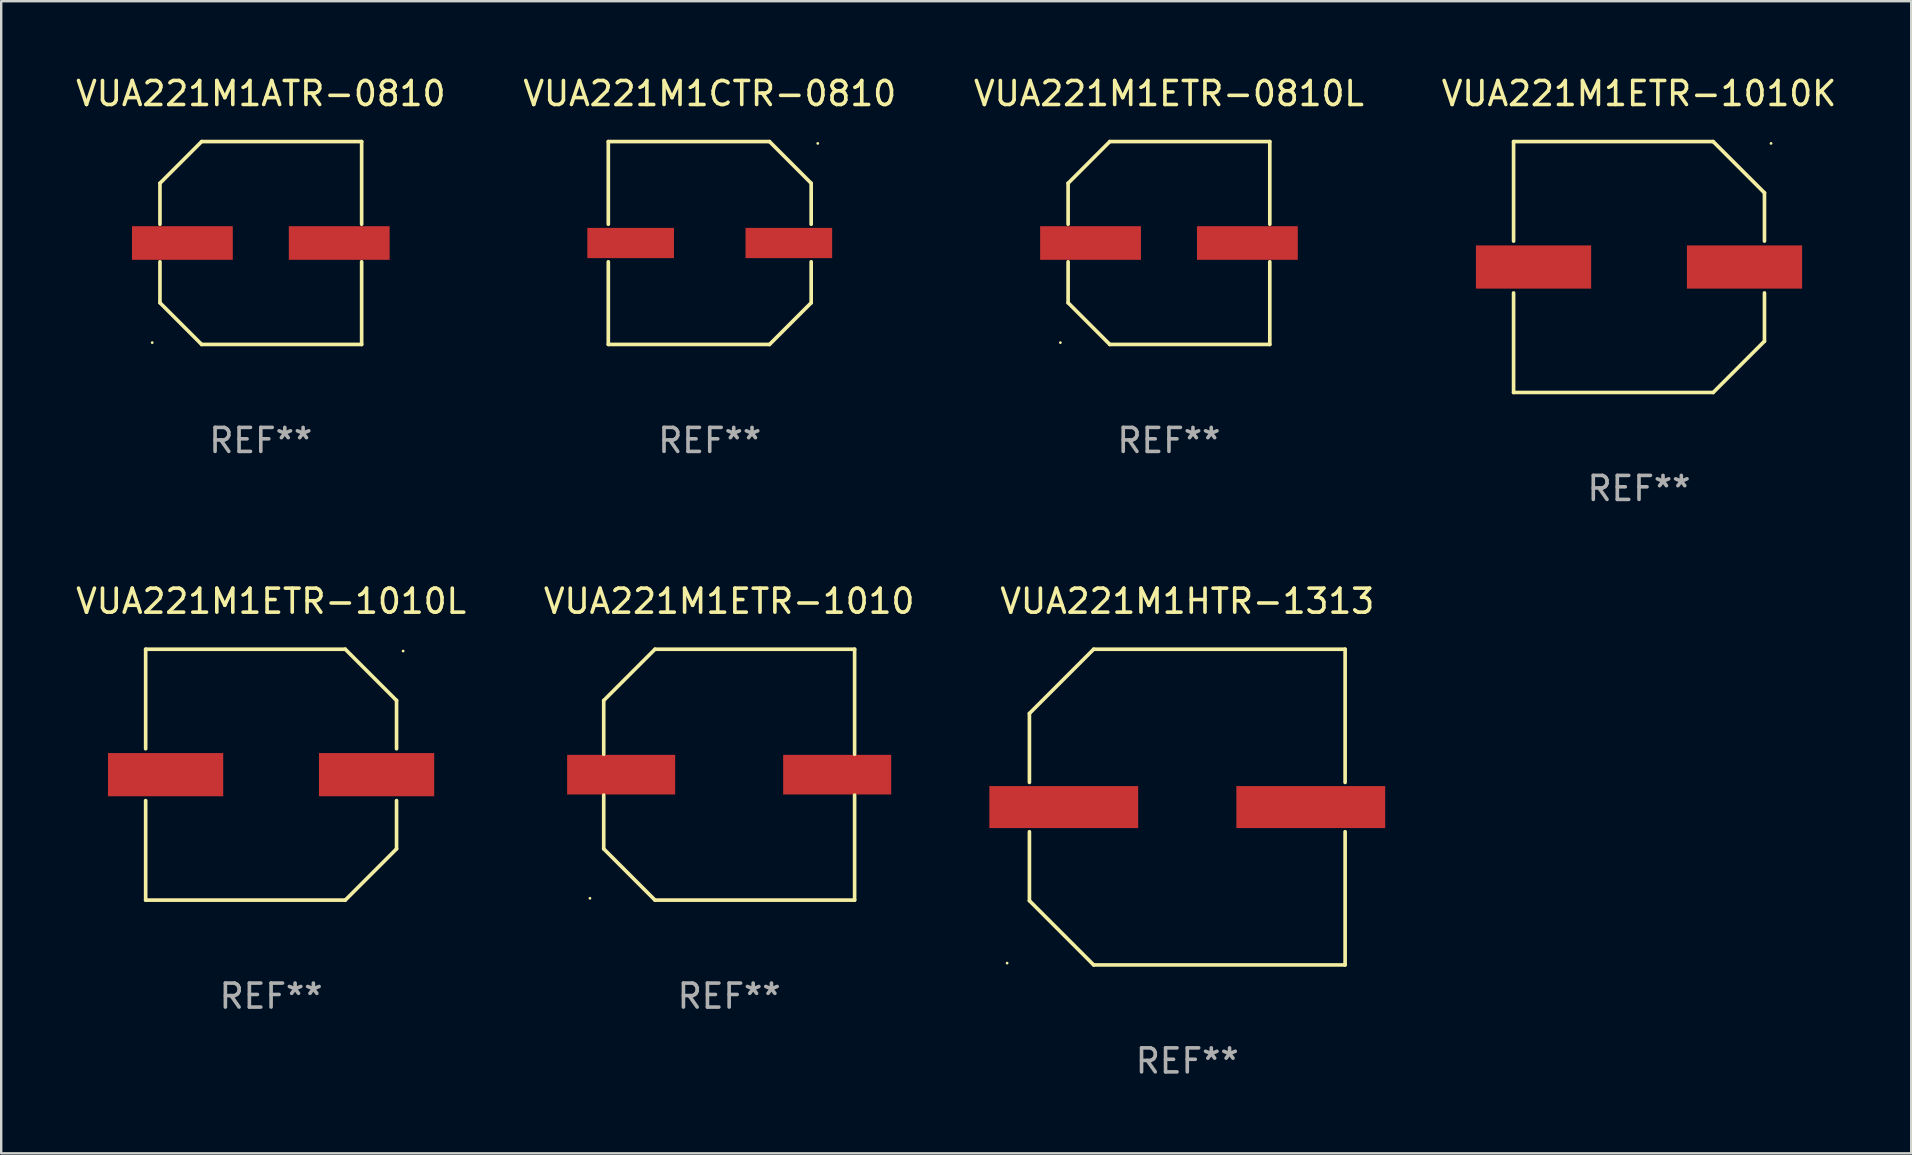
<source format=kicad_pcb>
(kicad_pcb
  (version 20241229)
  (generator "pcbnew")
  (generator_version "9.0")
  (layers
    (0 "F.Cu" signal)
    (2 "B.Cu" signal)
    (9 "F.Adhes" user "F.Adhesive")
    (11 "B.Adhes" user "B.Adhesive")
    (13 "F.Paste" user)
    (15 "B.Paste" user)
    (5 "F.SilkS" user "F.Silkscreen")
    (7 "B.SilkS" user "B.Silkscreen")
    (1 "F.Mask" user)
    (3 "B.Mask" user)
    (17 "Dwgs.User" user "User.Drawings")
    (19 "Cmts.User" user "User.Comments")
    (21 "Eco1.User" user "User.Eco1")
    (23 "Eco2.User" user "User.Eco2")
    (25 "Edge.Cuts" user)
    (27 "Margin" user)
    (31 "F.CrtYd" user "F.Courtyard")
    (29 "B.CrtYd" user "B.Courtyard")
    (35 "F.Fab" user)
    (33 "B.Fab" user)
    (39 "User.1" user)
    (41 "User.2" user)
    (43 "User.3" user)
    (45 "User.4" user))
  (footprint "VUA221M1ETR-1010L"
    (layer "F.Cu")
    (at 8.244 29.223)
    (property "Reference" "VUA221M1ETR-1010L" (at 0 -7.226 0) (layer "F.SilkS") (effects (font (size 1 1) (thickness 0.15))))
    (attr through_hole)
    (fp_line (start -5.226 -5.226) (end -5.226 -1.08) (stroke (width 0.152) (type solid)) (layer "F.SilkS"))
    (fp_line (start -5.226 -5.226) (end 3.09 -5.226) (stroke (width 0.152) (type solid)) (layer "F.SilkS"))
    (fp_line (start -5.226 1.08) (end -5.226 5.226) (stroke (width 0.152) (type solid)) (layer "F.SilkS"))
    (fp_line (start -5.226 5.226) (end 3.09 5.226) (stroke (width 0.152) (type solid)) (layer "F.SilkS"))
    (fp_line (start 3.09 -5.226) (end 5.226 -3.09) (stroke (width 0.152) (type solid)) (layer "F.SilkS"))
    (fp_line (start 3.09 5.226) (end 5.226 3.09) (stroke (width 0.152) (type solid)) (layer "F.SilkS"))
    (fp_line (start 5.226 -1.08) (end 5.226 -3.09) (stroke (width 0.152) (type solid)) (layer "F.SilkS"))
    (fp_line (start 5.226 3.09) (end 5.226 1.08) (stroke (width 0.152) (type solid)) (layer "F.SilkS"))
    (fp_circle (center 5.5 -5.15) (end 5.53 -5.15) (stroke (width 0.06) (type solid)) (fill no) (layer "F.SilkS"))
    (fp_text user "REF**" (at 0 9.226 0) (layer "F.Fab") (effects (font (size 1 1) (thickness 0.15))))
    (pad "1" smd rect (at 4.395 0 180) (size 4.8 1.8) (layers "F.Cu" "F.Mask" "F.Paste"))
    (pad "2" smd rect (at -4.395 0 180) (size 4.8 1.8) (layers "F.Cu" "F.Mask" "F.Paste")))
  (footprint "VUA221M1ATR-0810"
    (layer "F.Cu")
    (at 7.815 7.074)
    (property "Reference" "VUA221M1ATR-0810" (at 0 -6.226 0) (layer "F.SilkS") (effects (font (size 1 1) (thickness 0.15))))
    (attr through_hole)
    (fp_line (start -4.201 -2.49) (end -4.201 -0.782) (stroke (width 0.152) (type solid)) (layer "F.SilkS"))
    (fp_line (start -4.201 2.49) (end -4.201 0.782) (stroke (width 0.152) (type solid)) (layer "F.SilkS"))
    (fp_line (start -2.465 -4.226) (end -4.201 -2.49) (stroke (width 0.152) (type solid)) (layer "F.SilkS"))
    (fp_line (start -2.465 4.226) (end -4.201 2.49) (stroke (width 0.152) (type solid)) (layer "F.SilkS"))
    (fp_line (start 4.201 -4.226) (end -2.465 -4.226) (stroke (width 0.152) (type solid)) (layer "F.SilkS"))
    (fp_line (start 4.201 -0.782) (end 4.201 -4.226) (stroke (width 0.152) (type solid)) (layer "F.SilkS"))
    (fp_line (start 4.201 0.782) (end 4.201 4.226) (stroke (width 0.152) (type solid)) (layer "F.SilkS"))
    (fp_line (start 4.201 4.226) (end -2.465 4.226) (stroke (width 0.152) (type solid)) (layer "F.SilkS"))
    (fp_circle (center -4.524 4.15) (end -4.494 4.15) (stroke (width 0.06) (type solid)) (fill no) (layer "F.SilkS"))
    (fp_text user "REF**" (at 0 8.226 0) (layer "F.Fab") (effects (font (size 1 1) (thickness 0.15))))
    (pad "1" smd rect (at -3.267 0) (size 4.2 1.4) (layers "F.Cu" "F.Mask" "F.Paste"))
    (pad "2" smd rect (at 3.267 0) (size 4.2 1.4) (layers "F.Cu" "F.Mask" "F.Paste")))
  (footprint "VUA221M1ETR-1010K"
    (layer "F.Cu")
    (at 65.232 8.074)
    (property "Reference" "VUA221M1ETR-1010K" (at 0 -7.226 0) (layer "F.SilkS") (effects (font (size 1 1) (thickness 0.15))))
    (attr through_hole)
    (fp_line (start -5.226 -5.226) (end -5.226 -1.08) (stroke (width 0.152) (type solid)) (layer "F.SilkS"))
    (fp_line (start -5.226 -5.226) (end 3.09 -5.226) (stroke (width 0.152) (type solid)) (layer "F.SilkS"))
    (fp_line (start -5.226 1.08) (end -5.226 5.226) (stroke (width 0.152) (type solid)) (layer "F.SilkS"))
    (fp_line (start -5.226 5.226) (end 3.09 5.226) (stroke (width 0.152) (type solid)) (layer "F.SilkS"))
    (fp_line (start 3.09 -5.226) (end 5.226 -3.09) (stroke (width 0.152) (type solid)) (layer "F.SilkS"))
    (fp_line (start 3.09 5.226) (end 5.226 3.09) (stroke (width 0.152) (type solid)) (layer "F.SilkS"))
    (fp_line (start 5.226 -1.08) (end 5.226 -3.09) (stroke (width 0.152) (type solid)) (layer "F.SilkS"))
    (fp_line (start 5.226 3.09) (end 5.226 1.08) (stroke (width 0.152) (type solid)) (layer "F.SilkS"))
    (fp_circle (center 5.5 -5.15) (end 5.53 -5.15) (stroke (width 0.06) (type solid)) (fill no) (layer "F.SilkS"))
    (fp_text user "REF**" (at 0 9.226 0) (layer "F.Fab") (effects (font (size 1 1) (thickness 0.15))))
    (pad "1" smd rect (at 4.395 0 180) (size 4.8 1.8) (layers "F.Cu" "F.Mask" "F.Paste"))
    (pad "2" smd rect (at -4.395 0 180) (size 4.8 1.8) (layers "F.Cu" "F.Mask" "F.Paste")))
  (footprint "VUA221M1CTR-0810"
    (layer "F.Cu")
    (at 26.518 7.074)
    (property "Reference" "VUA221M1CTR-0810" (at 0 -6.226 0) (layer "F.SilkS") (effects (font (size 1 1) (thickness 0.15))))
    (attr through_hole)
    (fp_line (start -4.226 -4.226) (end 2.49 -4.226) (stroke (width 0.152) (type solid)) (layer "F.SilkS"))
    (fp_line (start -4.226 -0.782) (end -4.226 -4.226) (stroke (width 0.152) (type solid)) (layer "F.SilkS"))
    (fp_line (start -4.226 0.782) (end -4.226 4.226) (stroke (width 0.152) (type solid)) (layer "F.SilkS"))
    (fp_line (start -4.226 4.226) (end 2.49 4.226) (stroke (width 0.152) (type solid)) (layer "F.SilkS"))
    (fp_line (start 2.49 -4.226) (end 4.226 -2.49) (stroke (width 0.152) (type solid)) (layer "F.SilkS"))
    (fp_line (start 2.49 4.226) (end 4.226 2.49) (stroke (width 0.152) (type solid)) (layer "F.SilkS"))
    (fp_line (start 4.226 -2.49) (end 4.226 -0.782) (stroke (width 0.152) (type solid)) (layer "F.SilkS"))
    (fp_line (start 4.226 2.49) (end 4.226 0.782) (stroke (width 0.152) (type solid)) (layer "F.SilkS"))
    (fp_circle (center 4.5 -4.15) (end 4.53 -4.15) (stroke (width 0.06) (type solid)) (fill no) (layer "F.SilkS"))
    (fp_text user "REF**" (at 0 8.226 0) (layer "F.Fab") (effects (font (size 1 1) (thickness 0.15))))
    (pad "1" smd rect (at 3.295 0 180) (size 3.61 1.26) (layers "F.Cu" "F.Mask" "F.Paste"))
    (pad "2" smd rect (at -3.295 0 180) (size 3.61 1.26) (layers "F.Cu" "F.Mask" "F.Paste")))
  (footprint "VUA221M1HTR-1313"
    (layer "F.Cu")
    (at 46.412 30.573)
    (property "Reference" "VUA221M1HTR-1313" (at 0 -8.576 0) (layer "F.SilkS") (effects (font (size 1 1) (thickness 0.15))))
    (attr through_hole)
    (fp_line (start -6.576 -3.9) (end -6.576 -1.027) (stroke (width 0.152) (type solid)) (layer "F.SilkS"))
    (fp_line (start -6.576 3.9) (end -6.576 1.027) (stroke (width 0.152) (type solid)) (layer "F.SilkS"))
    (fp_line (start -3.9 -6.576) (end -6.576 -3.9) (stroke (width 0.152) (type solid)) (layer "F.SilkS"))
    (fp_line (start -3.9 6.576) (end -6.576 3.9) (stroke (width 0.152) (type solid)) (layer "F.SilkS"))
    (fp_line (start 6.576 -6.576) (end -3.9 -6.576) (stroke (width 0.152) (type solid)) (layer "F.SilkS"))
    (fp_line (start 6.576 -1.027) (end 6.576 -6.576) (stroke (width 0.152) (type solid)) (layer "F.SilkS"))
    (fp_line (start 6.576 1.027) (end 6.576 6.576) (stroke (width 0.152) (type solid)) (layer "F.SilkS"))
    (fp_line (start 6.576 6.576) (end -3.9 6.576) (stroke (width 0.152) (type solid)) (layer "F.SilkS"))
    (fp_circle (center -7.506 6.5) (end -7.476 6.5) (stroke (width 0.06) (type solid)) (fill no) (layer "F.SilkS"))
    (fp_text user "REF**" (at 0 10.576 0) (layer "F.Fab") (effects (font (size 1 1) (thickness 0.15))))
    (pad "1" smd rect (at -5.145 0) (size 6.2 1.75) (layers "F.Cu" "F.Mask" "F.Paste"))
    (pad "2" smd rect (at 5.145 0) (size 6.2 1.75) (layers "F.Cu" "F.Mask" "F.Paste")))
  (footprint "VUA221M1ETR-0810L"
    (layer "F.Cu")
    (at 45.649 7.074)
    (property "Reference" "VUA221M1ETR-0810L" (at 0 -6.226 0) (layer "F.SilkS") (effects (font (size 1 1) (thickness 0.15))))
    (attr through_hole)
    (fp_line (start -4.201 -2.49) (end -4.201 -0.782) (stroke (width 0.152) (type solid)) (layer "F.SilkS"))
    (fp_line (start -4.201 2.49) (end -4.201 0.782) (stroke (width 0.152) (type solid)) (layer "F.SilkS"))
    (fp_line (start -2.465 -4.226) (end -4.201 -2.49) (stroke (width 0.152) (type solid)) (layer "F.SilkS"))
    (fp_line (start -2.465 4.226) (end -4.201 2.49) (stroke (width 0.152) (type solid)) (layer "F.SilkS"))
    (fp_line (start 4.201 -4.226) (end -2.465 -4.226) (stroke (width 0.152) (type solid)) (layer "F.SilkS"))
    (fp_line (start 4.201 -0.782) (end 4.201 -4.226) (stroke (width 0.152) (type solid)) (layer "F.SilkS"))
    (fp_line (start 4.201 0.782) (end 4.201 4.226) (stroke (width 0.152) (type solid)) (layer "F.SilkS"))
    (fp_line (start 4.201 4.226) (end -2.465 4.226) (stroke (width 0.152) (type solid)) (layer "F.SilkS"))
    (fp_circle (center -4.524 4.15) (end -4.494 4.15) (stroke (width 0.06) (type solid)) (fill no) (layer "F.SilkS"))
    (fp_text user "REF**" (at 0 8.226 0) (layer "F.Fab") (effects (font (size 1 1) (thickness 0.15))))
    (pad "1" smd rect (at -3.267 0) (size 4.2 1.4) (layers "F.Cu" "F.Mask" "F.Paste"))
    (pad "2" smd rect (at 3.267 0) (size 4.2 1.4) (layers "F.Cu" "F.Mask" "F.Paste")))
  (footprint "VUA221M1ETR-1010"
    (layer "F.Cu")
    (at 27.327 29.223)
    (property "Reference" "VUA221M1ETR-1010" (at 0 -7.226 0) (layer "F.SilkS") (effects (font (size 1 1) (thickness 0.15))))
    (attr through_hole)
    (fp_line (start -5.226 -3.09) (end -5.226 -0.852) (stroke (width 0.152) (type solid)) (layer "F.SilkS"))
    (fp_line (start -5.226 3.09) (end -5.226 0.852) (stroke (width 0.152) (type solid)) (layer "F.SilkS"))
    (fp_line (start -3.09 -5.226) (end -5.226 -3.09) (stroke (width 0.152) (type solid)) (layer "F.SilkS"))
    (fp_line (start -3.09 5.226) (end -5.226 3.09) (stroke (width 0.152) (type solid)) (layer "F.SilkS"))
    (fp_line (start 5.226 -5.226) (end -3.09 -5.226) (stroke (width 0.152) (type solid)) (layer "F.SilkS"))
    (fp_line (start 5.226 -0.852) (end 5.226 -5.226) (stroke (width 0.152) (type solid)) (layer "F.SilkS"))
    (fp_line (start 5.226 0.852) (end 5.226 5.226) (stroke (width 0.152) (type solid)) (layer "F.SilkS"))
    (fp_line (start 5.226 5.226) (end -3.09 5.226) (stroke (width 0.152) (type solid)) (layer "F.SilkS"))
    (fp_circle (center -5.8 5.15) (end -5.77 5.15) (stroke (width 0.06) (type solid)) (fill no) (layer "F.SilkS"))
    (fp_text user "REF**" (at 0 9.226 0) (layer "F.Fab") (effects (font (size 1 1) (thickness 0.15))))
    (pad "1" smd rect (at -4.5 0) (size 4.5 1.65) (layers "F.Cu" "F.Mask" "F.Paste"))
    (pad "2" smd rect (at 4.5 0) (size 4.5 1.65) (layers "F.Cu" "F.Mask" "F.Paste")))
  (gr_rect
    (start -3 -3)
    (end 76.571 44.998)
    (stroke (width 0.1) (type default))
    (fill no)
    (layer "Edge.Cuts")))
</source>
